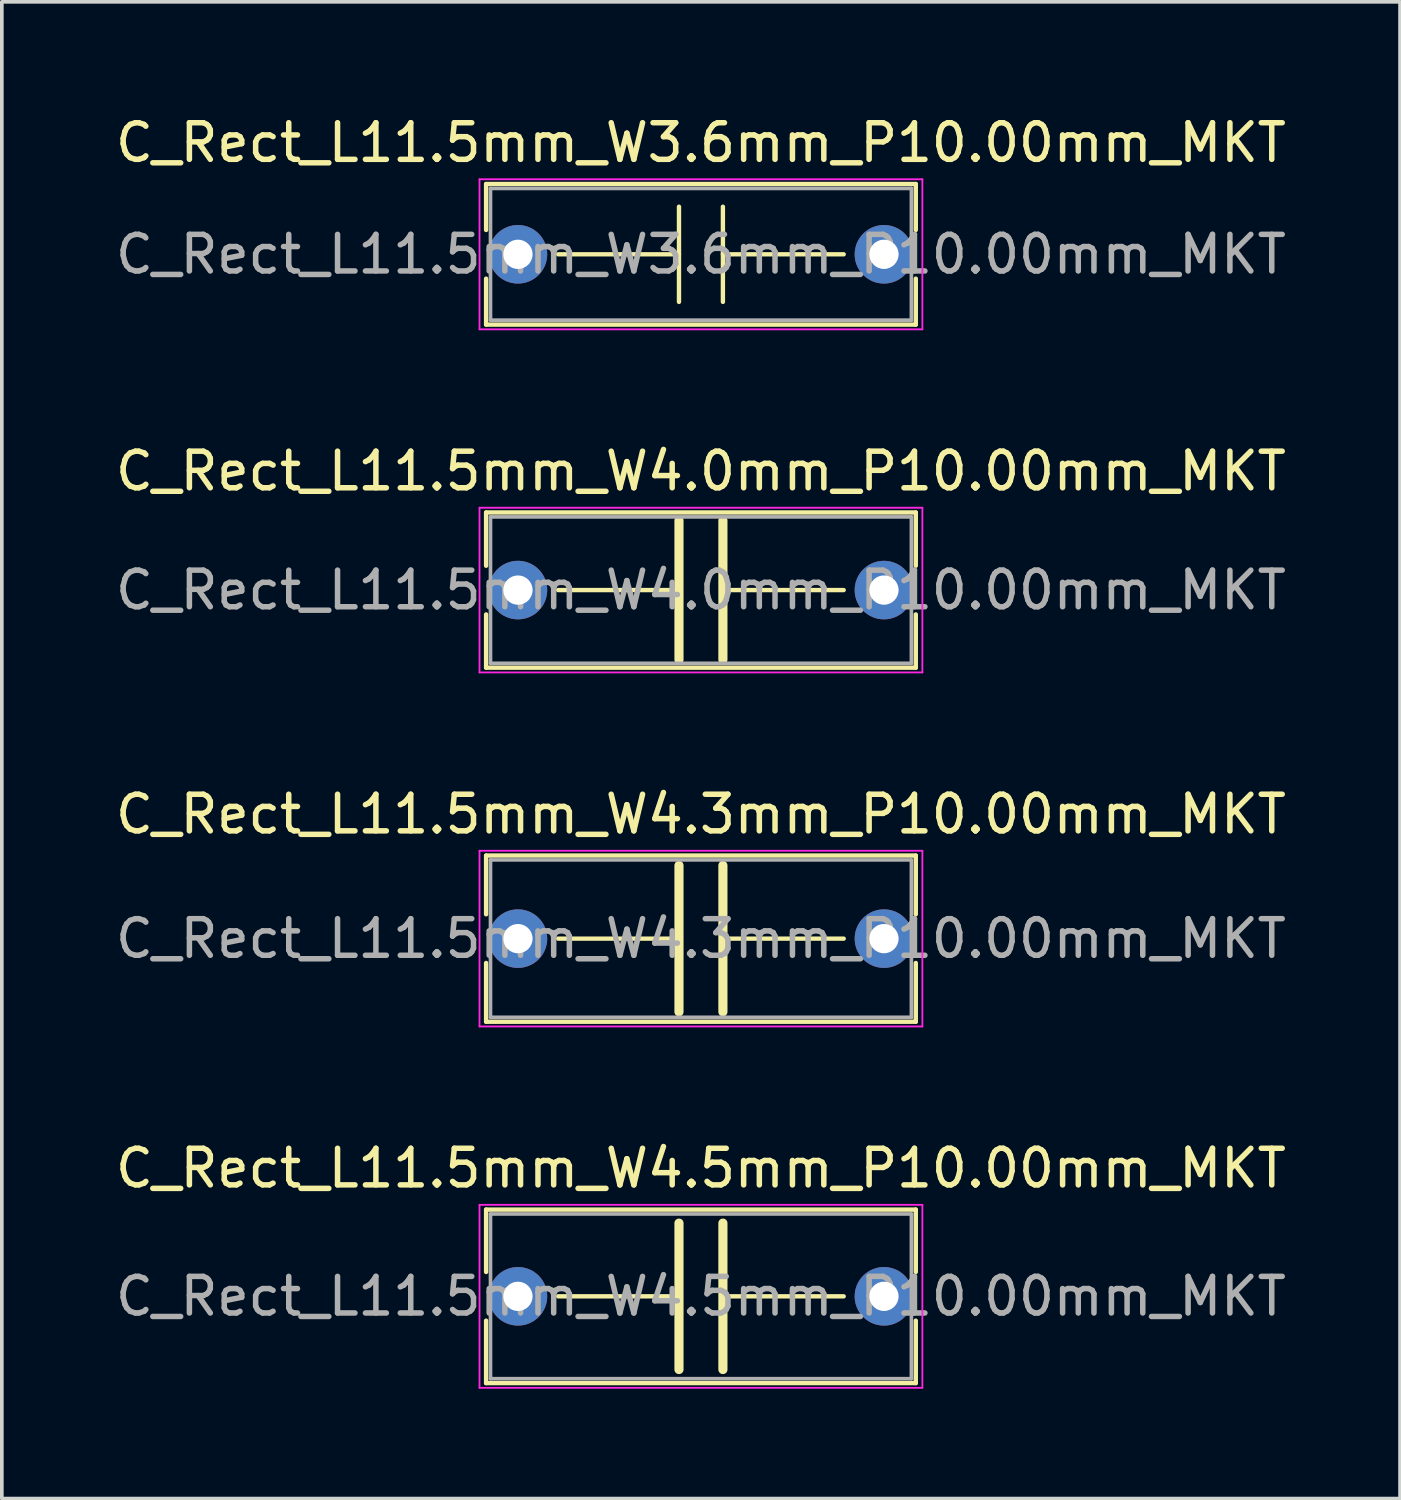
<source format=kicad_pcb>
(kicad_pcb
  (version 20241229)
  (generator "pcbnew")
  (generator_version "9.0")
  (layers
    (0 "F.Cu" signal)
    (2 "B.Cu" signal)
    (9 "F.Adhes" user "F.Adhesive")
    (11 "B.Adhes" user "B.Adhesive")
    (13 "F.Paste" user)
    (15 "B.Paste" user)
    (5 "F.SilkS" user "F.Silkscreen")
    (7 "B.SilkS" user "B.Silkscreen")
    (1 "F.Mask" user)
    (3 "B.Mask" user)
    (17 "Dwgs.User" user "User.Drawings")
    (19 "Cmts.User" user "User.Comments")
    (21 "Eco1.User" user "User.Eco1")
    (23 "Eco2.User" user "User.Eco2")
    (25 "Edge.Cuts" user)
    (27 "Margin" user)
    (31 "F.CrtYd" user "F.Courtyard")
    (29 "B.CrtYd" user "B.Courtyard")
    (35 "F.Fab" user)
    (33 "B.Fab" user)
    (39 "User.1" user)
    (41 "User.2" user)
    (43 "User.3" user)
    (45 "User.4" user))
  (footprint "C_Rect_L11.5mm_W4.0mm_P10.00mm_MKT"
    (layer "F.Cu")
    (at 11.101 13.072)
    (property "Reference" "C_Rect_L11.5mm_W4.0mm_P10.00mm_MKT" (at 5 -3.25 0) (layer "F.SilkS") (effects (font (size 1 1) (thickness 0.15))))
    (attr through_hole)
    (fp_line (start -0.87 -2.12) (end -0.87 -0.665) (stroke (width 0.12) (type solid)) (layer "F.SilkS"))
    (fp_line (start -0.87 -2.12) (end 10.87 -2.12) (stroke (width 0.12) (type solid)) (layer "F.SilkS"))
    (fp_line (start -0.87 0.665) (end -0.87 2.12) (stroke (width 0.12) (type solid)) (layer "F.SilkS"))
    (fp_line (start -0.87 2.12) (end 10.87 2.12) (stroke (width 0.12) (type solid)) (layer "F.SilkS"))
    (fp_line (start 1.1 0) (end 4.4 0) (stroke (width 0.12) (type solid)) (layer "F.SilkS"))
    (fp_line (start 4.4 1.9) (end 4.4 -1.9) (stroke (width 0.25) (type solid)) (layer "F.SilkS"))
    (fp_line (start 5.6 1.9) (end 5.6 -1.9) (stroke (width 0.25) (type solid)) (layer "F.SilkS"))
    (fp_line (start 8.9 0) (end 5.6 0) (stroke (width 0.12) (type solid)) (layer "F.SilkS"))
    (fp_line (start 10.87 -2.12) (end 10.87 -0.665) (stroke (width 0.12) (type solid)) (layer "F.SilkS"))
    (fp_line (start 10.87 0.665) (end 10.87 2.12) (stroke (width 0.12) (type solid)) (layer "F.SilkS"))
    (fp_line (start -1.05 -2.25) (end -1.05 2.25) (stroke (width 0.05) (type solid)) (layer "F.CrtYd"))
    (fp_line (start -1.05 2.25) (end 11.05 2.25) (stroke (width 0.05) (type solid)) (layer "F.CrtYd"))
    (fp_line (start 11.05 -2.25) (end -1.05 -2.25) (stroke (width 0.05) (type solid)) (layer "F.CrtYd"))
    (fp_line (start 11.05 2.25) (end 11.05 -2.25) (stroke (width 0.05) (type solid)) (layer "F.CrtYd"))
    (fp_line (start -0.75 -2) (end -0.75 2) (stroke (width 0.1) (type solid)) (layer "F.Fab"))
    (fp_line (start -0.75 2) (end 10.75 2) (stroke (width 0.1) (type solid)) (layer "F.Fab"))
    (fp_line (start 10.75 -2) (end -0.75 -2) (stroke (width 0.1) (type solid)) (layer "F.Fab"))
    (fp_line (start 10.75 2) (end 10.75 -2) (stroke (width 0.1) (type solid)) (layer "F.Fab"))
    (fp_text user "${REFERENCE}" (at 5 0 0) (layer "F.Fab") (effects (font (size 1 1) (thickness 0.15))))
    (pad "1" thru_hole circle (at 0 0) (size 1.6 1.6) (drill 0.8) (layers "*.Cu" "*.Mask"))
    (pad "2" thru_hole circle (at 10 0) (size 1.6 1.6) (drill 0.8) (layers "*.Cu" "*.Mask")))
  (footprint "C_Rect_L11.5mm_W3.6mm_P10.00mm_MKT"
    (layer "F.Cu")
    (at 11.101 3.898)
    (property "Reference" "C_Rect_L11.5mm_W3.6mm_P10.00mm_MKT" (at 5 -3.05 0) (layer "F.SilkS") (effects (font (size 1 1) (thickness 0.15))))
    (attr through_hole)
    (fp_line (start -0.87 -1.92) (end -0.87 -0.665) (stroke (width 0.12) (type solid)) (layer "F.SilkS"))
    (fp_line (start -0.87 -1.92) (end 10.87 -1.92) (stroke (width 0.12) (type solid)) (layer "F.SilkS"))
    (fp_line (start -0.87 0.665) (end -0.87 1.92) (stroke (width 0.12) (type solid)) (layer "F.SilkS"))
    (fp_line (start -0.87 1.92) (end 10.87 1.92) (stroke (width 0.12) (type solid)) (layer "F.SilkS"))
    (fp_line (start 1.1 0) (end 4.4 0) (stroke (width 0.12) (type solid)) (layer "F.SilkS"))
    (fp_line (start 4.4 1.3) (end 4.4 -1.3) (stroke (width 0.12) (type solid)) (layer "F.SilkS"))
    (fp_line (start 5.6 1.3) (end 5.6 -1.3) (stroke (width 0.12) (type solid)) (layer "F.SilkS"))
    (fp_line (start 8.9 0) (end 5.6 0) (stroke (width 0.12) (type solid)) (layer "F.SilkS"))
    (fp_line (start 10.87 -1.92) (end 10.87 -0.665) (stroke (width 0.12) (type solid)) (layer "F.SilkS"))
    (fp_line (start 10.87 0.665) (end 10.87 1.92) (stroke (width 0.12) (type solid)) (layer "F.SilkS"))
    (fp_line (start -1.05 -2.05) (end -1.05 2.05) (stroke (width 0.05) (type solid)) (layer "F.CrtYd"))
    (fp_line (start -1.05 2.05) (end 11.05 2.05) (stroke (width 0.05) (type solid)) (layer "F.CrtYd"))
    (fp_line (start 11.05 -2.05) (end -1.05 -2.05) (stroke (width 0.05) (type solid)) (layer "F.CrtYd"))
    (fp_line (start 11.05 2.05) (end 11.05 -2.05) (stroke (width 0.05) (type solid)) (layer "F.CrtYd"))
    (fp_line (start -0.75 -1.8) (end -0.75 1.8) (stroke (width 0.1) (type solid)) (layer "F.Fab"))
    (fp_line (start -0.75 1.8) (end 10.75 1.8) (stroke (width 0.1) (type solid)) (layer "F.Fab"))
    (fp_line (start 10.75 -1.8) (end -0.75 -1.8) (stroke (width 0.1) (type solid)) (layer "F.Fab"))
    (fp_line (start 10.75 1.8) (end 10.75 -1.8) (stroke (width 0.1) (type solid)) (layer "F.Fab"))
    (fp_text user "${REFERENCE}" (at 5 0 0) (layer "F.Fab") (effects (font (size 1 1) (thickness 0.15))))
    (pad "1" thru_hole circle (at 0 0) (size 1.6 1.6) (drill 0.8) (layers "*.Cu" "*.Mask"))
    (pad "2" thru_hole circle (at 10 0) (size 1.6 1.6) (drill 0.8) (layers "*.Cu" "*.Mask")))
  (footprint "C_Rect_L11.5mm_W4.3mm_P10.00mm_MKT"
    (layer "F.Cu")
    (at 11.101 22.595)
    (property "Reference" "C_Rect_L11.5mm_W4.3mm_P10.00mm_MKT" (at 5 -3.4 0) (layer "F.SilkS") (effects (font (size 1 1) (thickness 0.15))))
    (attr through_hole)
    (fp_line (start -0.87 -2.27) (end -0.87 -0.665) (stroke (width 0.12) (type solid)) (layer "F.SilkS"))
    (fp_line (start -0.87 -2.27) (end 10.87 -2.27) (stroke (width 0.12) (type solid)) (layer "F.SilkS"))
    (fp_line (start -0.87 0.665) (end -0.87 2.27) (stroke (width 0.12) (type solid)) (layer "F.SilkS"))
    (fp_line (start -0.87 2.27) (end 10.87 2.27) (stroke (width 0.12) (type solid)) (layer "F.SilkS"))
    (fp_line (start 1.1 0) (end 4.4 0) (stroke (width 0.12) (type solid)) (layer "F.SilkS"))
    (fp_line (start 4.4 2) (end 4.4 -2) (stroke (width 0.25) (type solid)) (layer "F.SilkS"))
    (fp_line (start 5.6 2) (end 5.6 -2) (stroke (width 0.25) (type solid)) (layer "F.SilkS"))
    (fp_line (start 8.9 0) (end 5.6 0) (stroke (width 0.12) (type solid)) (layer "F.SilkS"))
    (fp_line (start 10.87 -2.27) (end 10.87 -0.665) (stroke (width 0.12) (type solid)) (layer "F.SilkS"))
    (fp_line (start 10.87 0.665) (end 10.87 2.27) (stroke (width 0.12) (type solid)) (layer "F.SilkS"))
    (fp_line (start -1.05 -2.4) (end -1.05 2.4) (stroke (width 0.05) (type solid)) (layer "F.CrtYd"))
    (fp_line (start -1.05 2.4) (end 11.05 2.4) (stroke (width 0.05) (type solid)) (layer "F.CrtYd"))
    (fp_line (start 11.05 -2.4) (end -1.05 -2.4) (stroke (width 0.05) (type solid)) (layer "F.CrtYd"))
    (fp_line (start 11.05 2.4) (end 11.05 -2.4) (stroke (width 0.05) (type solid)) (layer "F.CrtYd"))
    (fp_line (start -0.75 -2.15) (end -0.75 2.15) (stroke (width 0.1) (type solid)) (layer "F.Fab"))
    (fp_line (start -0.75 2.15) (end 10.75 2.15) (stroke (width 0.1) (type solid)) (layer "F.Fab"))
    (fp_line (start 10.75 -2.15) (end -0.75 -2.15) (stroke (width 0.1) (type solid)) (layer "F.Fab"))
    (fp_line (start 10.75 2.15) (end 10.75 -2.15) (stroke (width 0.1) (type solid)) (layer "F.Fab"))
    (fp_text user "${REFERENCE}" (at 5 0 0) (layer "F.Fab") (effects (font (size 1 1) (thickness 0.15))))
    (pad "1" thru_hole circle (at 0 0) (size 1.6 1.6) (drill 0.8) (layers "*.Cu" "*.Mask"))
    (pad "2" thru_hole circle (at 10 0) (size 1.6 1.6) (drill 0.8) (layers "*.Cu" "*.Mask")))
  (footprint "C_Rect_L11.5mm_W4.5mm_P10.00mm_MKT"
    (layer "F.Cu")
    (at 11.101 32.368)
    (property "Reference" "C_Rect_L11.5mm_W4.5mm_P10.00mm_MKT" (at 5 -3.5 0) (layer "F.SilkS") (effects (font (size 1 1) (thickness 0.15))))
    (attr through_hole)
    (fp_line (start -0.87 -2.37) (end -0.87 -0.665) (stroke (width 0.12) (type solid)) (layer "F.SilkS"))
    (fp_line (start -0.87 -2.37) (end 10.87 -2.37) (stroke (width 0.12) (type solid)) (layer "F.SilkS"))
    (fp_line (start -0.87 0.665) (end -0.87 2.37) (stroke (width 0.12) (type solid)) (layer "F.SilkS"))
    (fp_line (start -0.87 2.37) (end 10.87 2.37) (stroke (width 0.12) (type solid)) (layer "F.SilkS"))
    (fp_line (start 1.1 0) (end 4.4 0) (stroke (width 0.12) (type solid)) (layer "F.SilkS"))
    (fp_line (start 4.4 2) (end 4.4 -2) (stroke (width 0.25) (type solid)) (layer "F.SilkS"))
    (fp_line (start 5.6 2) (end 5.6 -2) (stroke (width 0.25) (type solid)) (layer "F.SilkS"))
    (fp_line (start 8.9 0) (end 5.6 0) (stroke (width 0.12) (type solid)) (layer "F.SilkS"))
    (fp_line (start 10.87 -2.37) (end 10.87 -0.665) (stroke (width 0.12) (type solid)) (layer "F.SilkS"))
    (fp_line (start 10.87 0.665) (end 10.87 2.37) (stroke (width 0.12) (type solid)) (layer "F.SilkS"))
    (fp_line (start -1.05 -2.5) (end -1.05 2.5) (stroke (width 0.05) (type solid)) (layer "F.CrtYd"))
    (fp_line (start -1.05 2.5) (end 11.05 2.5) (stroke (width 0.05) (type solid)) (layer "F.CrtYd"))
    (fp_line (start 11.05 -2.5) (end -1.05 -2.5) (stroke (width 0.05) (type solid)) (layer "F.CrtYd"))
    (fp_line (start 11.05 2.5) (end 11.05 -2.5) (stroke (width 0.05) (type solid)) (layer "F.CrtYd"))
    (fp_line (start -0.75 -2.25) (end -0.75 2.25) (stroke (width 0.1) (type solid)) (layer "F.Fab"))
    (fp_line (start -0.75 2.25) (end 10.75 2.25) (stroke (width 0.1) (type solid)) (layer "F.Fab"))
    (fp_line (start 10.75 -2.25) (end -0.75 -2.25) (stroke (width 0.1) (type solid)) (layer "F.Fab"))
    (fp_line (start 10.75 2.25) (end 10.75 -2.25) (stroke (width 0.1) (type solid)) (layer "F.Fab"))
    (fp_text user "${REFERENCE}" (at 5 0 0) (layer "F.Fab") (effects (font (size 1 1) (thickness 0.15))))
    (pad "1" thru_hole circle (at 0 0) (size 1.6 1.6) (drill 0.8) (layers "*.Cu" "*.Mask"))
    (pad "2" thru_hole circle (at 10 0) (size 1.6 1.6) (drill 0.8) (layers "*.Cu" "*.Mask")))
  (gr_rect
    (start -3 -3)
    (end 35.202 37.893)
    (stroke (width 0.1) (type default))
    (fill no)
    (layer "Edge.Cuts")))
</source>
